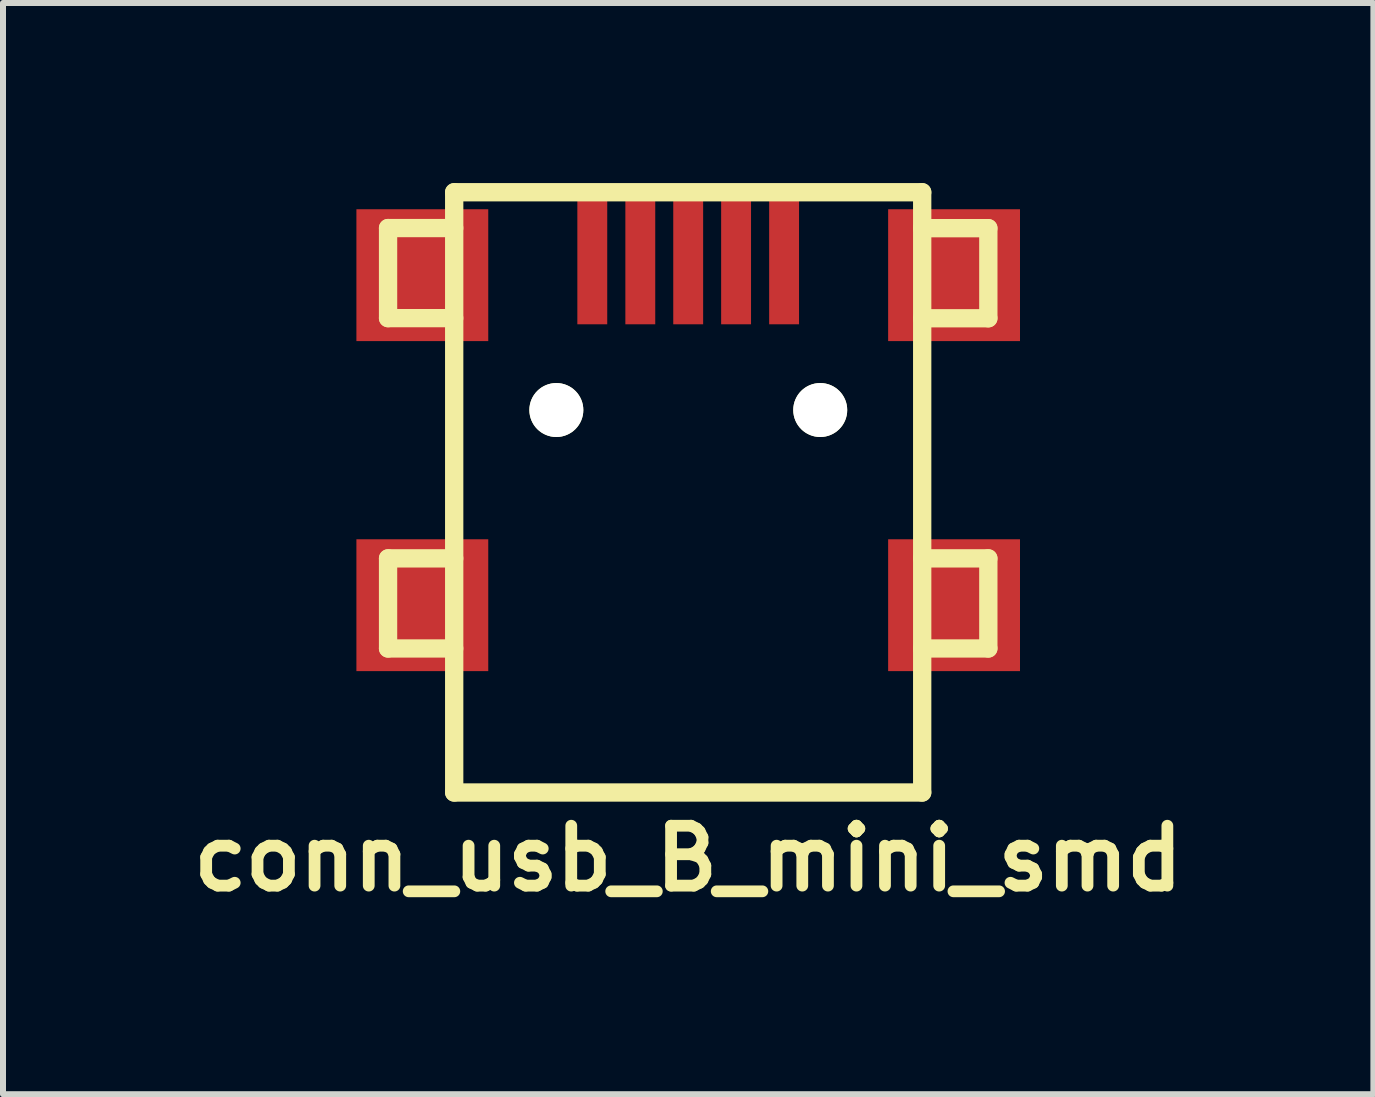
<source format=kicad_pcb>
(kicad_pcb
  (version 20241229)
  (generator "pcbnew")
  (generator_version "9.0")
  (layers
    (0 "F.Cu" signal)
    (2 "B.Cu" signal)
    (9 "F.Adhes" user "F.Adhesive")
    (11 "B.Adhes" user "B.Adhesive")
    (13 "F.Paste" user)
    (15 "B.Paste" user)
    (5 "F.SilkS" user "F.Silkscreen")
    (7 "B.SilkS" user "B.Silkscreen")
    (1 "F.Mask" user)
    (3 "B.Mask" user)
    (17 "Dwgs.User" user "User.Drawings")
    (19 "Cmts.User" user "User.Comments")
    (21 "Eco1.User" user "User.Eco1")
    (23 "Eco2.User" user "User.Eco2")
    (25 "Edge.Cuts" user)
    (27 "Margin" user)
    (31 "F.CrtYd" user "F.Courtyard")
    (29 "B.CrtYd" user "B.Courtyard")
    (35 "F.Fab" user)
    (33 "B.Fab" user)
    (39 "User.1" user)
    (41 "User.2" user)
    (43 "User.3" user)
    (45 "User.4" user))
  (footprint "conn_usb_B_mini_smd"
    (layer "F.Cu")
    (at 8.417 5.154)
    (property "Reference" "conn_usb_B_mini_smd" (at 0 6.101 0) (layer "F.SilkS") (effects (font (size 0.998 0.998) (thickness 0.196))))
    (attr through_hole)
    (fp_line (start -5.001 -4.404) (end -5.001 -2.903) (stroke (width 0.305) (type solid)) (layer "F.SilkS"))
    (fp_line (start -5.001 -2.903) (end -3.899 -2.903) (stroke (width 0.305) (type solid)) (layer "F.SilkS"))
    (fp_line (start -5.001 1.1) (end -5.001 2.601) (stroke (width 0.305) (type solid)) (layer "F.SilkS"))
    (fp_line (start -5.001 2.601) (end -3.899 2.601) (stroke (width 0.305) (type solid)) (layer "F.SilkS"))
    (fp_line (start -3.899 -5.001) (end -3.899 5.001) (stroke (width 0.305) (type solid)) (layer "F.SilkS"))
    (fp_line (start -3.899 -4.404) (end -5.001 -4.404) (stroke (width 0.305) (type solid)) (layer "F.SilkS"))
    (fp_line (start -3.899 1.1) (end -5.001 1.1) (stroke (width 0.305) (type solid)) (layer "F.SilkS"))
    (fp_line (start -3.899 5.001) (end 3.899 5.001) (stroke (width 0.305) (type solid)) (layer "F.SilkS"))
    (fp_line (start 3.899 -5.001) (end -3.899 -5.001) (stroke (width 0.305) (type solid)) (layer "F.SilkS"))
    (fp_line (start 3.899 -4.402) (end 5.001 -4.402) (stroke (width 0.305) (type solid)) (layer "F.SilkS"))
    (fp_line (start 3.899 1.1) (end 5.001 1.1) (stroke (width 0.305) (type solid)) (layer "F.SilkS"))
    (fp_line (start 3.899 5.001) (end 3.899 -5.001) (stroke (width 0.305) (type solid)) (layer "F.SilkS"))
    (fp_line (start 5.001 -4.402) (end 5.001 -2.901) (stroke (width 0.305) (type solid)) (layer "F.SilkS"))
    (fp_line (start 5.001 -2.901) (end 3.899 -2.901) (stroke (width 0.305) (type solid)) (layer "F.SilkS"))
    (fp_line (start 5.001 1.1) (end 5.001 2.601) (stroke (width 0.305) (type solid)) (layer "F.SilkS"))
    (fp_line (start 5.001 2.601) (end 3.899 2.601) (stroke (width 0.305) (type solid)) (layer "F.SilkS"))
    (pad "" np_thru_hole circle (at -2.197 -1.372) (size 0.899 0.899) (drill 0.899) (layers "*.Cu" "*.Mask" "F.SilkS"))
    (pad "" np_thru_hole circle (at 2.2 -1.372) (size 0.899 0.899) (drill 0.899) (layers "*.Cu" "*.Mask" "F.SilkS"))
    (pad "1" smd rect (at -1.598 -3.899) (size 0.498 2.197) (layers "F.Cu" "F.Mask" "F.Paste"))
    (pad "2" smd rect (at -0.798 -3.899) (size 0.498 2.197) (layers "F.Cu" "F.Mask" "F.Paste"))
    (pad "3" smd rect (at 0 -3.899) (size 0.498 2.197) (layers "F.Cu" "F.Mask" "F.Paste"))
    (pad "4" smd rect (at 0.798 -3.899) (size 0.498 2.197) (layers "F.Cu" "F.Mask" "F.Paste"))
    (pad "5" smd rect (at 1.598 -3.899) (size 0.498 2.197) (layers "F.Cu" "F.Mask" "F.Paste"))
    (pad "6" smd rect (at -4.43 -3.619) (size 2.197 2.197) (layers "F.Cu" "F.Mask" "F.Paste"))
    (pad "6" smd rect (at -4.43 1.88) (size 2.197 2.197) (layers "F.Cu" "F.Mask" "F.Paste"))
    (pad "6" smd rect (at 4.43 -3.619) (size 2.197 2.197) (layers "F.Cu" "F.Mask" "F.Paste"))
    (pad "6" smd rect (at 4.43 1.88) (size 2.197 2.197) (layers "F.Cu" "F.Mask" "F.Paste")))
  (gr_rect
    (start -3 -3)
    (end 19.834 15.182)
    (stroke (width 0.1) (type default))
    (fill no)
    (layer "Edge.Cuts")))
</source>
